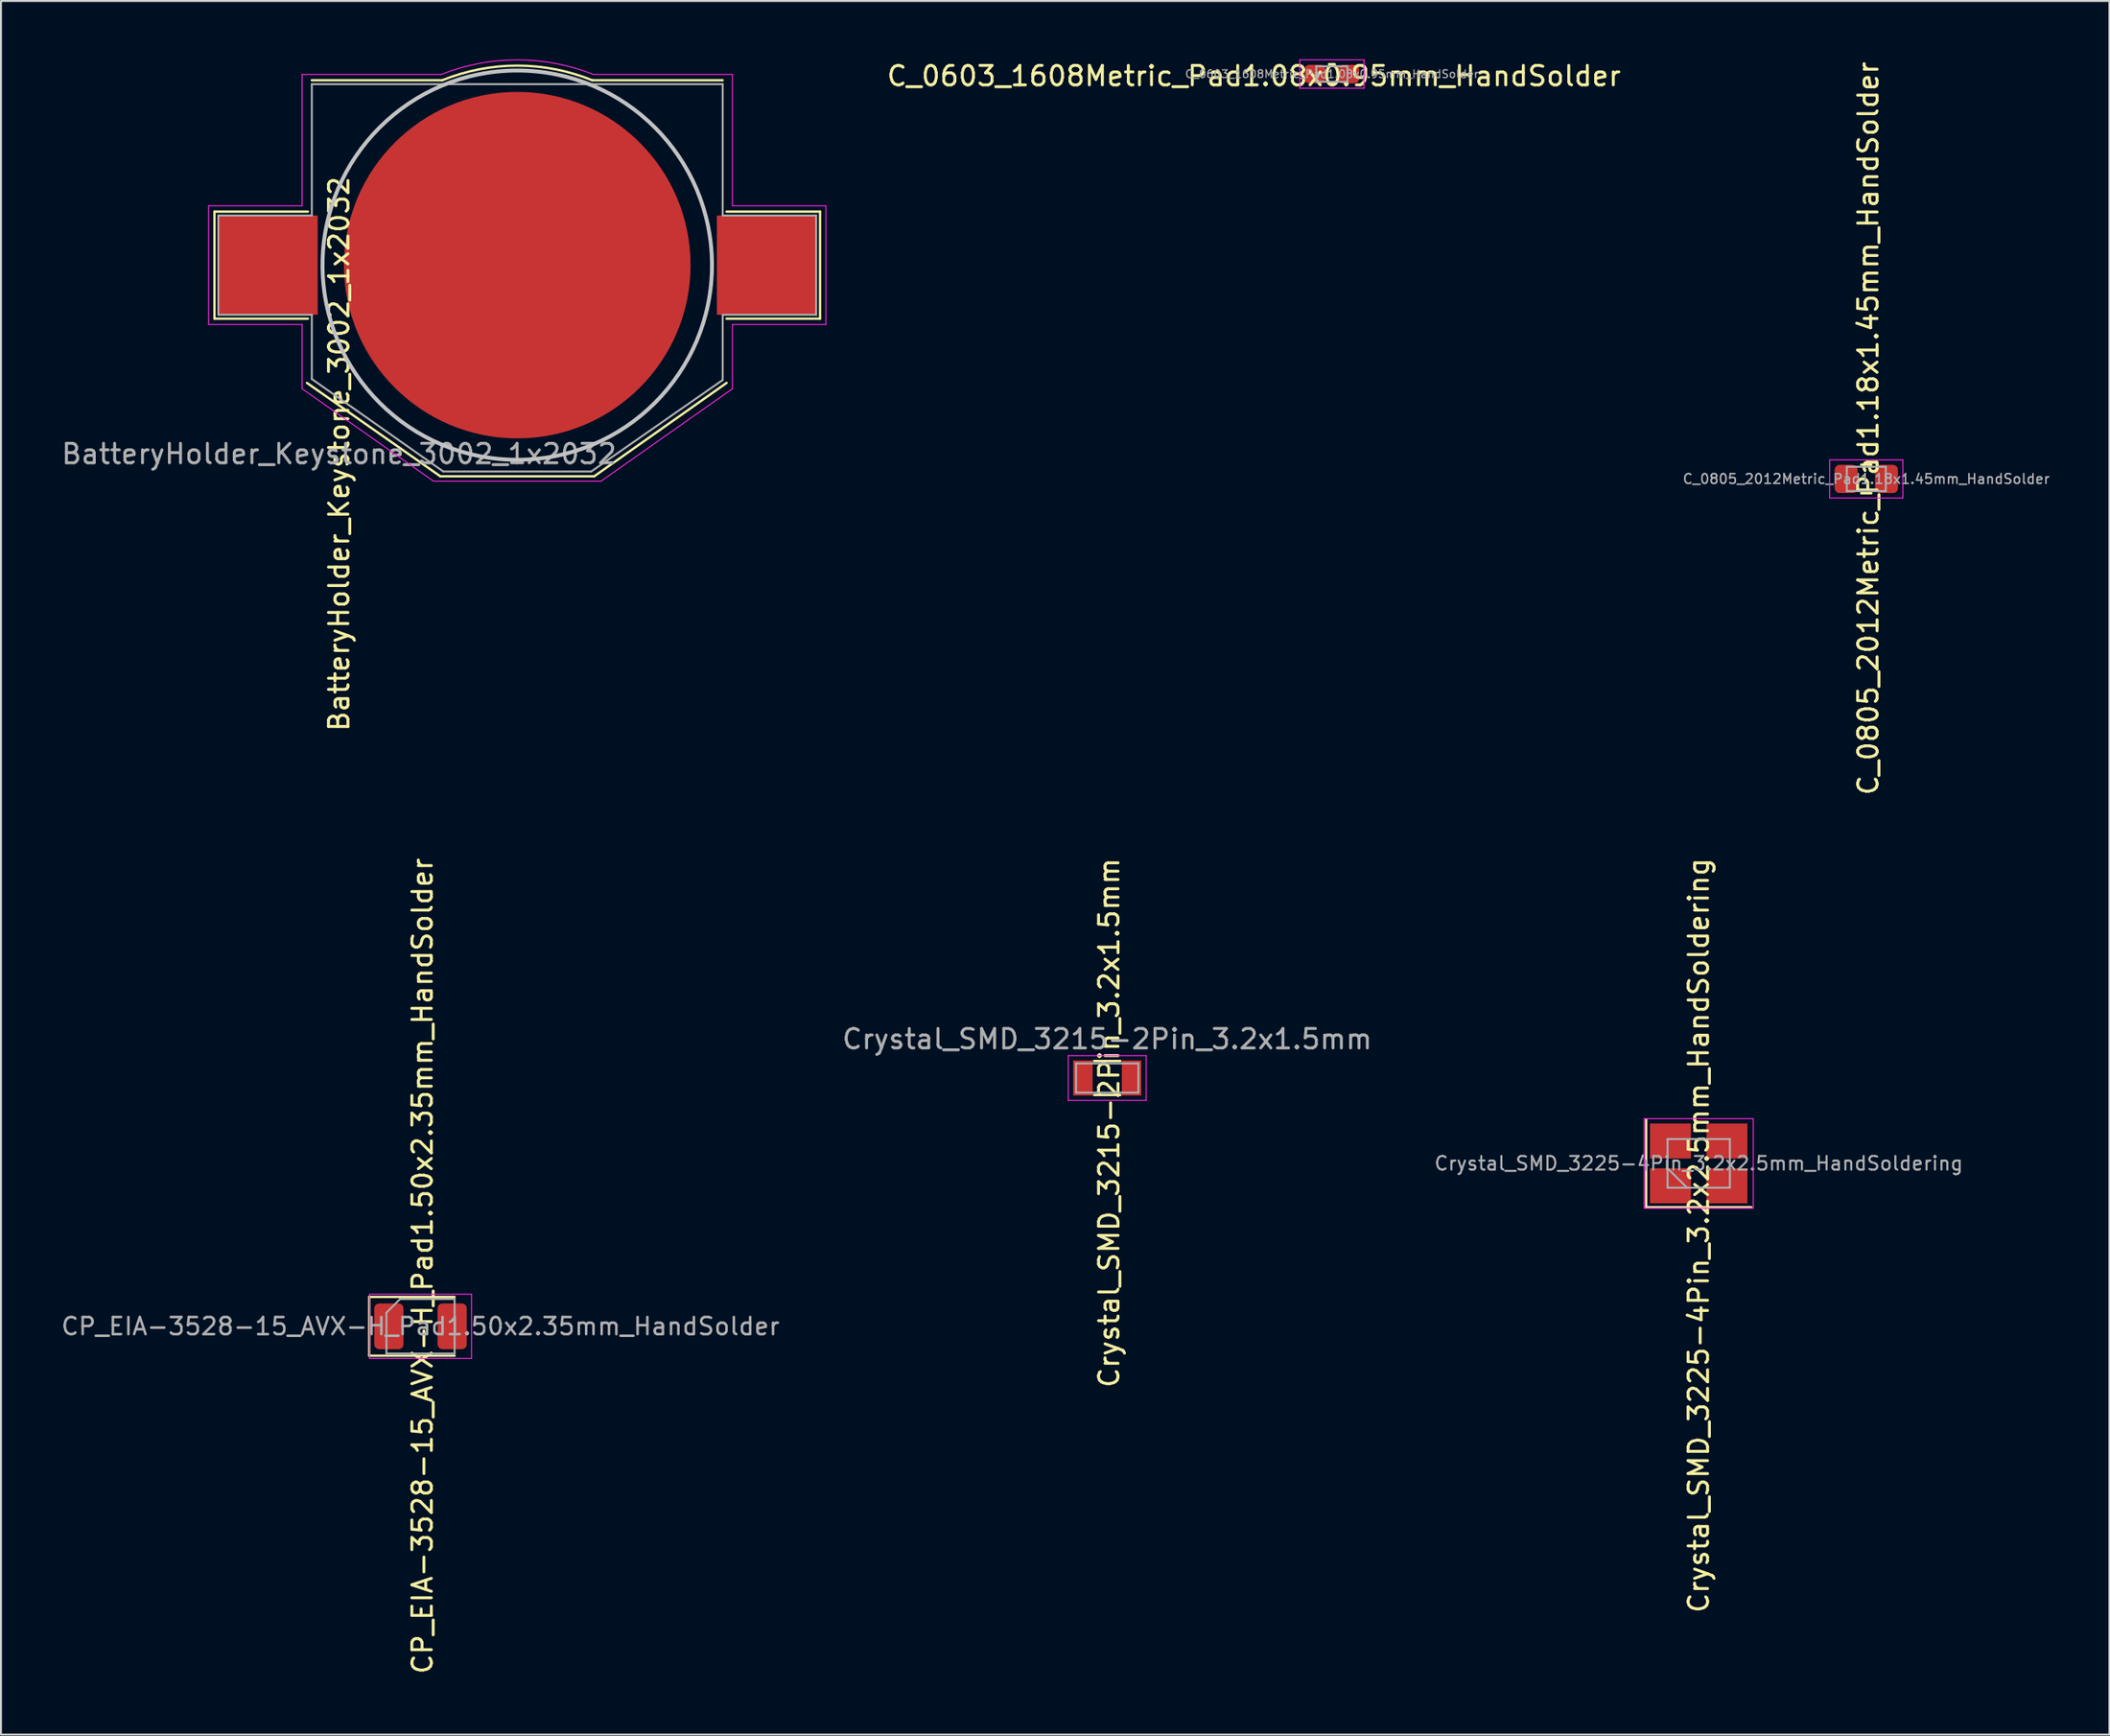
<source format=kicad_pcb>
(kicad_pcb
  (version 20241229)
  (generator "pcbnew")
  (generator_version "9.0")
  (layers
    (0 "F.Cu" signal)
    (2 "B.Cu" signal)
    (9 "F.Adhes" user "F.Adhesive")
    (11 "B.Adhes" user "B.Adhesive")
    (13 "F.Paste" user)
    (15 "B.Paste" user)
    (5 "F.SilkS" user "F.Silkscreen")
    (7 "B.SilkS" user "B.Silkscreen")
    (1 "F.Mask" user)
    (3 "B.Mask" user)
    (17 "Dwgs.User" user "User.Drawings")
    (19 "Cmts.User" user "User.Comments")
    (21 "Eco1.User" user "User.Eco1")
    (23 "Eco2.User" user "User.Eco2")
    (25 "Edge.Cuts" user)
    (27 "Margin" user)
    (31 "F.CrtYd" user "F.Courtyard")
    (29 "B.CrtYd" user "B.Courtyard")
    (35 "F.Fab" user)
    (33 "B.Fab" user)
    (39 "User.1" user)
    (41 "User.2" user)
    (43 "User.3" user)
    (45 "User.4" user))
  (footprint "C_0603_1608Metric_Pad1.08x0.95mm_HandSolder"
    (layer "F.Cu")
    (at 65.346 0.755)
    (property "Reference" "C_0603_1608Metric_Pad1.08x0.95mm_HandSolder" (at -4 0.1 0) (layer "F.SilkS") (effects (font (size 1 1) (thickness 0.15))))
    (attr smd)
    (fp_line (start -0.146 -0.51) (end 0.146 -0.51) (stroke (width 0.12) (type solid)) (layer "F.SilkS"))
    (fp_line (start -0.146 0.51) (end 0.146 0.51) (stroke (width 0.12) (type solid)) (layer "F.SilkS"))
    (fp_line (start -1.65 -0.73) (end 1.65 -0.73) (stroke (width 0.05) (type solid)) (layer "F.CrtYd"))
    (fp_line (start -1.65 0.73) (end -1.65 -0.73) (stroke (width 0.05) (type solid)) (layer "F.CrtYd"))
    (fp_line (start 1.65 -0.73) (end 1.65 0.73) (stroke (width 0.05) (type solid)) (layer "F.CrtYd"))
    (fp_line (start 1.65 0.73) (end -1.65 0.73) (stroke (width 0.05) (type solid)) (layer "F.CrtYd"))
    (fp_line (start -0.8 -0.4) (end 0.8 -0.4) (stroke (width 0.1) (type solid)) (layer "F.Fab"))
    (fp_line (start -0.8 0.4) (end -0.8 -0.4) (stroke (width 0.1) (type solid)) (layer "F.Fab"))
    (fp_line (start 0.8 -0.4) (end 0.8 0.4) (stroke (width 0.1) (type solid)) (layer "F.Fab"))
    (fp_line (start 0.8 0.4) (end -0.8 0.4) (stroke (width 0.1) (type solid)) (layer "F.Fab"))
    (fp_text user "${REFERENCE}" (at 0 0 0) (layer "F.Fab") (effects (font (size 0.4 0.4) (thickness 0.06))))
    (pad "1" smd roundrect (at -0.863 0) (size 1.075 0.95) (layers "F.Cu" "F.Mask" "F.Paste") (roundrect_rratio 0.25))
    (pad "2" smd roundrect (at 0.863 0) (size 1.075 0.95) (layers "F.Cu" "F.Mask" "F.Paste") (roundrect_rratio 0.25)))
  (footprint "BatteryHolder_Keystone_3002_1x2032"
    (layer "F.Cu")
    (at 23.513 10.573)
    (property "Reference" "BatteryHolder_Keystone_3002_1x2032" (at -9.15 9.7 270) (layer "F.SilkS") (effects (font (size 1 1) (thickness 0.15))))
    (attr smd)
    (fp_line (start -15.55 -2.75) (end -15.55 2.75) (stroke (width 0.12) (type solid)) (layer "F.SilkS"))
    (fp_line (start -15.55 2.75) (end -10.75 2.75) (stroke (width 0.12) (type solid)) (layer "F.SilkS"))
    (fp_line (start -10.8 6.05) (end -3.95 10.85) (stroke (width 0.12) (type solid)) (layer "F.SilkS"))
    (fp_line (start -10.75 -2.75) (end -15.55 -2.75) (stroke (width 0.12) (type solid)) (layer "F.SilkS"))
    (fp_line (start -10.55 -9.5) (end -3.85 -9.5) (stroke (width 0.12) (type solid)) (layer "F.SilkS"))
    (fp_line (start -3.95 10.85) (end 3.95 10.85) (stroke (width 0.12) (type solid)) (layer "F.SilkS"))
    (fp_line (start 3.95 10.85) (end 10.75 6.05) (stroke (width 0.12) (type solid)) (layer "F.SilkS"))
    (fp_line (start 10.55 -9.5) (end 3.85 -9.5) (stroke (width 0.12) (type solid)) (layer "F.SilkS"))
    (fp_line (start 10.75 2.75) (end 15.55 2.75) (stroke (width 0.12) (type solid)) (layer "F.SilkS"))
    (fp_line (start 15.55 -2.75) (end 10.75 -2.75) (stroke (width 0.12) (type solid)) (layer "F.SilkS"))
    (fp_line (start 15.55 2.75) (end 15.55 -2.75) (stroke (width 0.12) (type solid)) (layer "F.SilkS"))
    (fp_arc (start -3.846385 -9.501464) (mid 0.00195 -10.250487) (end 3.85 -9.5) (stroke (width 0.12) (type solid)) (layer "F.SilkS"))
    (fp_circle (center 0 0) (end 10 0) (stroke (width 0.2) (type solid)) (fill no) (layer "Dwgs.User"))
    (fp_line (start -15.85 -3.05) (end -11.05 -3.05) (stroke (width 0.05) (type solid)) (layer "F.CrtYd"))
    (fp_line (start -15.85 3.05) (end -15.85 -3.05) (stroke (width 0.05) (type solid)) (layer "F.CrtYd"))
    (fp_line (start -11.05 -9.8) (end -3.9 -9.8) (stroke (width 0.05) (type solid)) (layer "F.CrtYd"))
    (fp_line (start -11.05 -3.05) (end -11.05 -9.8) (stroke (width 0.05) (type solid)) (layer "F.CrtYd"))
    (fp_line (start -11.05 3.05) (end -15.85 3.05) (stroke (width 0.05) (type solid)) (layer "F.CrtYd"))
    (fp_line (start -11.05 6.35) (end -11.05 3.05) (stroke (width 0.05) (type solid)) (layer "F.CrtYd"))
    (fp_line (start -4.3 11.1) (end -11.05 6.35) (stroke (width 0.05) (type solid)) (layer "F.CrtYd"))
    (fp_line (start 4.3 11.1) (end -4.3 11.1) (stroke (width 0.05) (type solid)) (layer "F.CrtYd"))
    (fp_line (start 11.05 -9.8) (end 3.9 -9.8) (stroke (width 0.05) (type solid)) (layer "F.CrtYd"))
    (fp_line (start 11.05 -9.8) (end 11.05 -3.05) (stroke (width 0.05) (type solid)) (layer "F.CrtYd"))
    (fp_line (start 11.05 -3.05) (end 15.85 -3.05) (stroke (width 0.05) (type solid)) (layer "F.CrtYd"))
    (fp_line (start 11.05 3.05) (end 11.05 6.35) (stroke (width 0.05) (type solid)) (layer "F.CrtYd"))
    (fp_line (start 11.05 6.35) (end 4.3 11.1) (stroke (width 0.05) (type solid)) (layer "F.CrtYd"))
    (fp_line (start 15.85 -3.05) (end 15.85 3.05) (stroke (width 0.05) (type solid)) (layer "F.CrtYd"))
    (fp_line (start 15.85 3.05) (end 11.05 3.05) (stroke (width 0.05) (type solid)) (layer "F.CrtYd"))
    (fp_arc (start -3.9 -9.8) (mid 0 -10.547512) (end 3.9 -9.8) (stroke (width 0.05) (type solid)) (layer "F.CrtYd"))
    (fp_line (start -15.35 -2.55) (end -15.35 2.55) (stroke (width 0.1) (type solid)) (layer "F.Fab"))
    (fp_line (start -15.35 -2.55) (end -10.55 -2.55) (stroke (width 0.1) (type solid)) (layer "F.Fab"))
    (fp_line (start -15.35 2.55) (end -10.55 2.55) (stroke (width 0.1) (type solid)) (layer "F.Fab"))
    (fp_line (start -10.55 -2.55) (end -10.55 -9.3) (stroke (width 0.1) (type solid)) (layer "F.Fab"))
    (fp_line (start -10.55 2.55) (end -10.55 5.85) (stroke (width 0.1) (type solid)) (layer "F.Fab"))
    (fp_line (start -10.55 5.85) (end -3.8 10.6) (stroke (width 0.1) (type solid)) (layer "F.Fab"))
    (fp_line (start -3.8 10.6) (end 3.8 10.6) (stroke (width 0.1) (type solid)) (layer "F.Fab"))
    (fp_line (start 10.55 -9.3) (end -10.55 -9.3) (stroke (width 0.1) (type solid)) (layer "F.Fab"))
    (fp_line (start 10.55 -2.55) (end 10.55 -9.3) (stroke (width 0.1) (type solid)) (layer "F.Fab"))
    (fp_line (start 10.55 2.55) (end 10.55 5.9) (stroke (width 0.1) (type solid)) (layer "F.Fab"))
    (fp_line (start 10.55 2.55) (end 15.35 2.55) (stroke (width 0.1) (type solid)) (layer "F.Fab"))
    (fp_line (start 10.55 5.9) (end 3.8 10.6) (stroke (width 0.1) (type solid)) (layer "F.Fab"))
    (fp_line (start 15.35 -2.55) (end 10.55 -2.55) (stroke (width 0.1) (type solid)) (layer "F.Fab"))
    (fp_line (start 15.35 2.55) (end 15.35 -2.55) (stroke (width 0.1) (type solid)) (layer "F.Fab"))
    (fp_text user "${REFERENCE}" (at -9.15 9.7 0) (layer "F.Fab") (effects (font (size 1 1) (thickness 0.15))))
    (pad "1" smd rect (at -12.8 0) (size 5.1 5.1) (layers "F.Cu" "F.Mask" "F.Paste"))
    (pad "1" smd rect (at 12.8 0) (size 5.1 5.1) (layers "F.Cu" "F.Mask" "F.Paste"))
    (pad "2" smd circle (at 0 0) (size 17.8 17.8) (layers "F.Cu" "F.Mask")))
  (footprint "C_0805_2012Metric_Pad1.18x1.45mm_HandSolder"
    (layer "F.Cu")
    (at 92.791 21.558)
    (property "Reference" "C_0805_2012Metric_Pad1.18x1.45mm_HandSolder" (at 0.1 -2.6 90) (layer "F.SilkS") (effects (font (size 1 1) (thickness 0.15))))
    (attr smd)
    (fp_line (start -0.261 -0.735) (end 0.261 -0.735) (stroke (width 0.12) (type solid)) (layer "F.SilkS"))
    (fp_line (start -0.261 0.735) (end 0.261 0.735) (stroke (width 0.12) (type solid)) (layer "F.SilkS"))
    (fp_line (start -1.88 -0.98) (end 1.88 -0.98) (stroke (width 0.05) (type solid)) (layer "F.CrtYd"))
    (fp_line (start -1.88 0.98) (end -1.88 -0.98) (stroke (width 0.05) (type solid)) (layer "F.CrtYd"))
    (fp_line (start 1.88 -0.98) (end 1.88 0.98) (stroke (width 0.05) (type solid)) (layer "F.CrtYd"))
    (fp_line (start 1.88 0.98) (end -1.88 0.98) (stroke (width 0.05) (type solid)) (layer "F.CrtYd"))
    (fp_line (start -1 -0.625) (end 1 -0.625) (stroke (width 0.1) (type solid)) (layer "F.Fab"))
    (fp_line (start -1 0.625) (end -1 -0.625) (stroke (width 0.1) (type solid)) (layer "F.Fab"))
    (fp_line (start 1 -0.625) (end 1 0.625) (stroke (width 0.1) (type solid)) (layer "F.Fab"))
    (fp_line (start 1 0.625) (end -1 0.625) (stroke (width 0.1) (type solid)) (layer "F.Fab"))
    (fp_text user "${REFERENCE}" (at 0 0 180) (layer "F.Fab") (effects (font (size 0.5 0.5) (thickness 0.08))))
    (pad "1" smd roundrect (at -1.038 0) (size 1.175 1.45) (layers "F.Cu" "F.Mask" "F.Paste") (roundrect_rratio 0.213))
    (pad "2" smd roundrect (at 1.038 0) (size 1.175 1.45) (layers "F.Cu" "F.Mask" "F.Paste") (roundrect_rratio 0.213)))
  (footprint "Crystal_SMD_3215-2Pin_3.2x1.5mm"
    (layer "F.Cu")
    (at 53.81 52.337)
    (property "Reference" "Crystal_SMD_3215-2Pin_3.2x1.5mm" (at 0.1 2.3 270) (layer "F.SilkS") (effects (font (size 1 1) (thickness 0.15))))
    (attr smd)
    (fp_line (start -0.675 -0.875) (end 0.675 -0.875) (stroke (width 0.12) (type solid)) (layer "F.SilkS"))
    (fp_line (start -0.675 0.875) (end 0.675 0.875) (stroke (width 0.12) (type solid)) (layer "F.SilkS"))
    (fp_line (start -2 -1.15) (end -2 1.15) (stroke (width 0.05) (type solid)) (layer "F.CrtYd"))
    (fp_line (start -2 -1.15) (end 2 -1.15) (stroke (width 0.05) (type solid)) (layer "F.CrtYd"))
    (fp_line (start -2 1.15) (end 2 1.15) (stroke (width 0.05) (type solid)) (layer "F.CrtYd"))
    (fp_line (start 2 -1.15) (end 2 1.15) (stroke (width 0.05) (type solid)) (layer "F.CrtYd"))
    (fp_line (start -1.6 -0.75) (end -1.6 0.75) (stroke (width 0.1) (type solid)) (layer "F.Fab"))
    (fp_line (start -1.6 -0.75) (end 1.6 -0.75) (stroke (width 0.1) (type solid)) (layer "F.Fab"))
    (fp_line (start -1.6 0.75) (end 1.6 0.75) (stroke (width 0.1) (type solid)) (layer "F.Fab"))
    (fp_line (start 1.6 -0.75) (end 1.6 0.75) (stroke (width 0.1) (type solid)) (layer "F.Fab"))
    (fp_text user "${REFERENCE}" (at 0 -2 0) (layer "F.Fab") (effects (font (size 1 1) (thickness 0.15))))
    (pad "1" smd rect (at 1.25 0) (size 1 1.8) (layers "F.Cu" "F.Mask" "F.Paste"))
    (pad "2" smd rect (at -1.25 0) (size 1 1.8) (layers "F.Cu" "F.Mask" "F.Paste")))
  (footprint "CP_EIA-3528-15_AVX-H_Pad1.50x2.35mm_HandSolder"
    (layer "F.Cu")
    (at 18.545 65.094)
    (property "Reference" "CP_EIA-3528-15_AVX-H_Pad1.50x2.35mm_HandSolder" (at 0.1 -3.1 90) (layer "F.SilkS") (effects (font (size 1 1) (thickness 0.15))))
    (attr smd)
    (fp_line (start -2.635 -1.51) (end -2.635 1.51) (stroke (width 0.12) (type solid)) (layer "F.SilkS"))
    (fp_line (start -2.635 1.51) (end 1.75 1.51) (stroke (width 0.12) (type solid)) (layer "F.SilkS"))
    (fp_line (start 1.75 -1.51) (end -2.635 -1.51) (stroke (width 0.12) (type solid)) (layer "F.SilkS"))
    (fp_line (start -2.62 -1.65) (end 2.62 -1.65) (stroke (width 0.05) (type solid)) (layer "F.CrtYd"))
    (fp_line (start -2.62 1.65) (end -2.62 -1.65) (stroke (width 0.05) (type solid)) (layer "F.CrtYd"))
    (fp_line (start 2.62 -1.65) (end 2.62 1.65) (stroke (width 0.05) (type solid)) (layer "F.CrtYd"))
    (fp_line (start 2.62 1.65) (end -2.62 1.65) (stroke (width 0.05) (type solid)) (layer "F.CrtYd"))
    (fp_line (start -1.75 -0.7) (end -1.75 1.4) (stroke (width 0.1) (type solid)) (layer "F.Fab"))
    (fp_line (start -1.75 1.4) (end 1.75 1.4) (stroke (width 0.1) (type solid)) (layer "F.Fab"))
    (fp_line (start -1.05 -1.4) (end -1.75 -0.7) (stroke (width 0.1) (type solid)) (layer "F.Fab"))
    (fp_line (start 1.75 -1.4) (end -1.05 -1.4) (stroke (width 0.1) (type solid)) (layer "F.Fab"))
    (fp_line (start 1.75 1.4) (end 1.75 -1.4) (stroke (width 0.1) (type solid)) (layer "F.Fab"))
    (fp_text user "${REFERENCE}" (at 0 0 180) (layer "F.Fab") (effects (font (size 0.88 0.88) (thickness 0.13))))
    (pad "1" smd roundrect (at -1.625 0) (size 1.5 2.35) (layers "F.Cu" "F.Mask" "F.Paste") (roundrect_rratio 0.167))
    (pad "2" smd roundrect (at 1.625 0) (size 1.5 2.35) (layers "F.Cu" "F.Mask" "F.Paste") (roundrect_rratio 0.167)))
  (footprint "Crystal_SMD_3225-4Pin_3.2x2.5mm_HandSoldering"
    (layer "F.Cu")
    (at 84.185 56.723)
    (property "Reference" "Crystal_SMD_3225-4Pin_3.2x2.5mm_HandSoldering" (at 0 3.7 90) (layer "F.SilkS") (effects (font (size 1 1) (thickness 0.15))))
    (attr smd)
    (fp_line (start -2.7 -2.25) (end -2.7 2.25) (stroke (width 0.12) (type solid)) (layer "F.SilkS"))
    (fp_line (start -2.7 2.25) (end 2.7 2.25) (stroke (width 0.12) (type solid)) (layer "F.SilkS"))
    (fp_line (start -2.8 -2.3) (end -2.8 2.3) (stroke (width 0.05) (type solid)) (layer "F.CrtYd"))
    (fp_line (start -2.8 2.3) (end 2.8 2.3) (stroke (width 0.05) (type solid)) (layer "F.CrtYd"))
    (fp_line (start 2.8 -2.3) (end -2.8 -2.3) (stroke (width 0.05) (type solid)) (layer "F.CrtYd"))
    (fp_line (start 2.8 2.3) (end 2.8 -2.3) (stroke (width 0.05) (type solid)) (layer "F.CrtYd"))
    (fp_line (start -1.6 -1.25) (end -1.6 1.25) (stroke (width 0.1) (type solid)) (layer "F.Fab"))
    (fp_line (start -1.6 0.25) (end -0.6 1.25) (stroke (width 0.1) (type solid)) (layer "F.Fab"))
    (fp_line (start -1.6 1.25) (end 1.6 1.25) (stroke (width 0.1) (type solid)) (layer "F.Fab"))
    (fp_line (start 1.6 -1.25) (end -1.6 -1.25) (stroke (width 0.1) (type solid)) (layer "F.Fab"))
    (fp_line (start 1.6 1.25) (end 1.6 -1.25) (stroke (width 0.1) (type solid)) (layer "F.Fab"))
    (fp_text user "${REFERENCE}" (at 0 0 180) (layer "F.Fab") (effects (font (size 0.7 0.7) (thickness 0.105))))
    (pad "1" smd rect (at -1.45 1.15) (size 2.1 1.8) (layers "F.Cu" "F.Mask" "F.Paste"))
    (pad "2" smd rect (at 1.45 1.15) (size 2.1 1.8) (layers "F.Cu" "F.Mask" "F.Paste"))
    (pad "3" smd rect (at 1.45 -1.15) (size 2.1 1.8) (layers "F.Cu" "F.Mask" "F.Paste"))
    (pad "4" smd rect (at -1.45 -1.15) (size 2.1 1.8) (layers "F.Cu" "F.Mask" "F.Paste")))
  (gr_rect
    (start -3 -3)
    (end 105.278 86.071)
    (stroke (width 0.1) (type default))
    (fill no)
    (layer "Edge.Cuts")))
</source>
